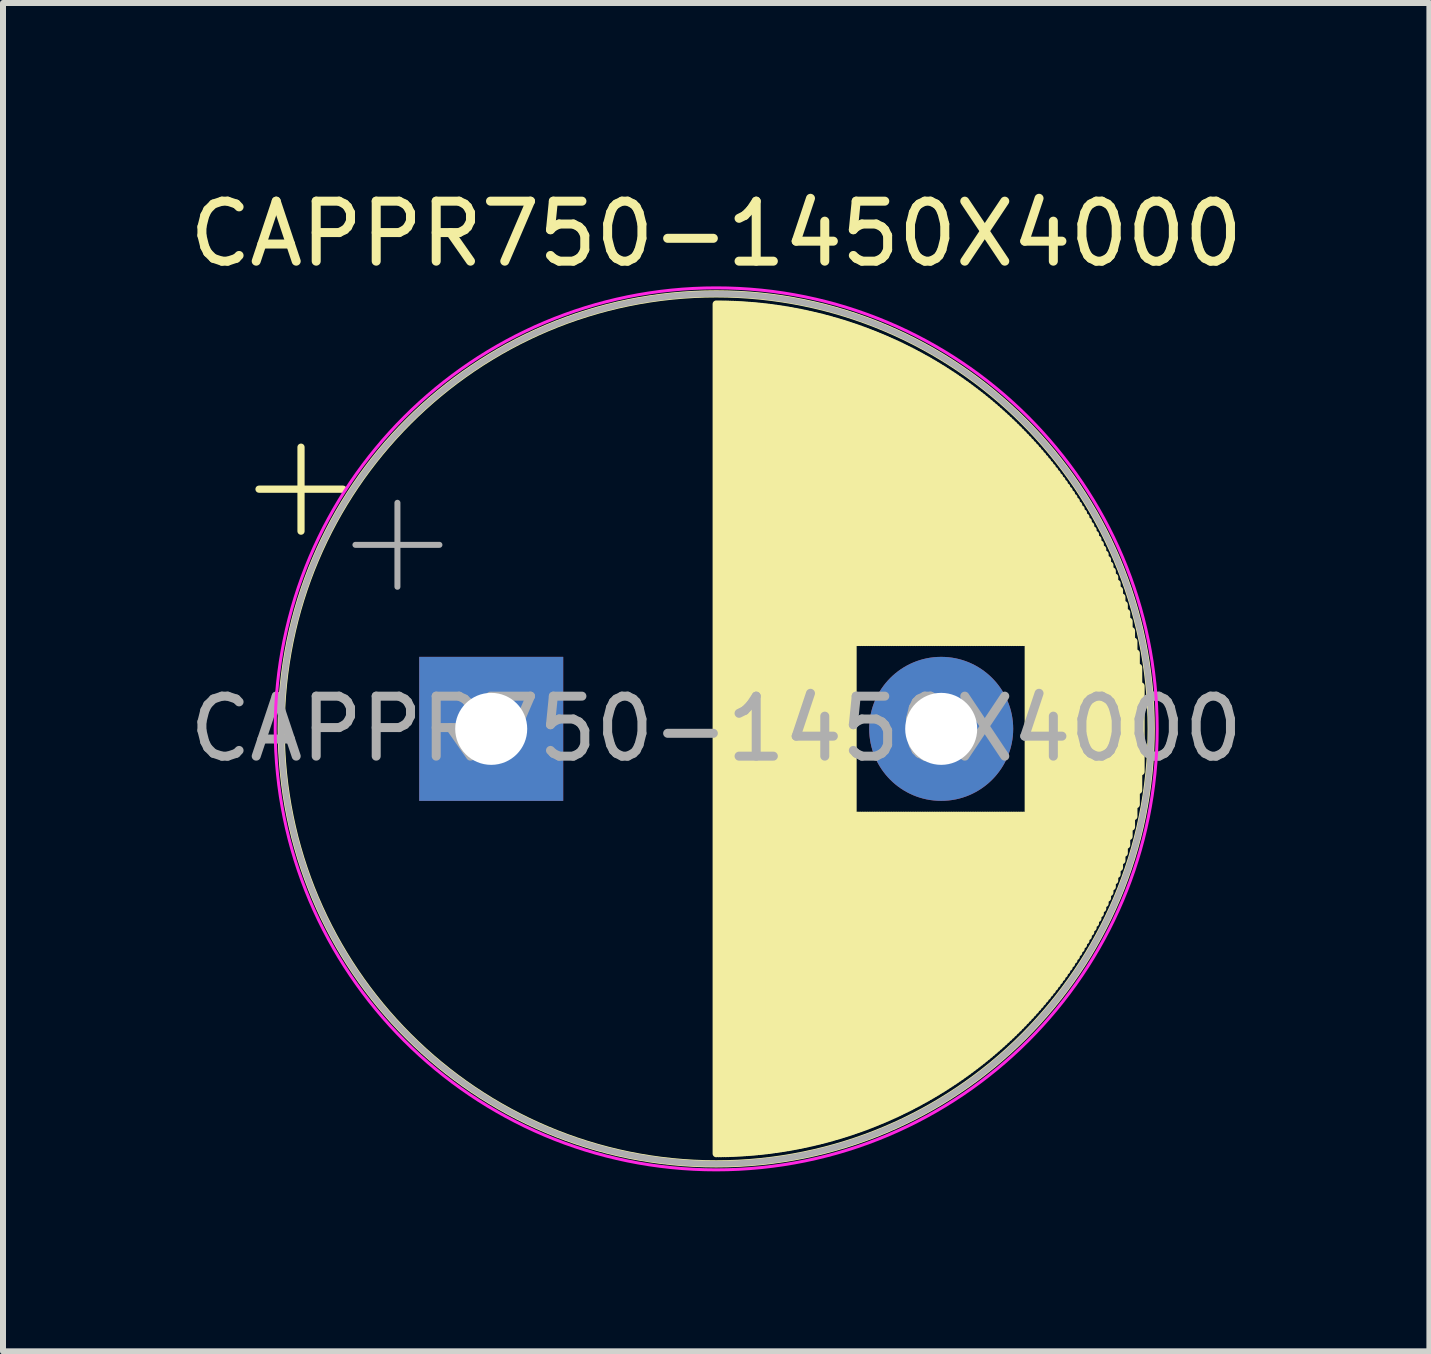
<source format=kicad_pcb>
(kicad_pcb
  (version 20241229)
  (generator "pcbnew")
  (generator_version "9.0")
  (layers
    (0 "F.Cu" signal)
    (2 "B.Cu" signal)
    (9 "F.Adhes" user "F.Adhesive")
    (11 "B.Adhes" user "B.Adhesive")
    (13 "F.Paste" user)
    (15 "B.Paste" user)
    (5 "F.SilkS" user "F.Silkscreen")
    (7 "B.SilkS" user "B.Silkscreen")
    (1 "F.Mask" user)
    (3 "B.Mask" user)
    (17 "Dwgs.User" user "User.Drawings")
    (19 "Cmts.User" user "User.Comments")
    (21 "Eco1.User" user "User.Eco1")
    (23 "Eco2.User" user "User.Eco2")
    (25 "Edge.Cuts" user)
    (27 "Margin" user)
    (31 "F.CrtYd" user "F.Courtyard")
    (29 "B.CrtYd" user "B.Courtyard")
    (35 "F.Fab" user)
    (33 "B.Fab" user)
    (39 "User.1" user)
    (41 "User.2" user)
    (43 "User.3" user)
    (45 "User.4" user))
  (footprint "CAPPR750-1450X4000"
    (layer "F.Cu")
    (at 5.137 9.098)
    (property "Reference" "CAPPR750-1450X4000" (at 3.75 -8.25 0) (layer "F.SilkS") (effects (font (size 1 1) (thickness 0.15))))
    (attr through_hole)
    (fp_line (start -3.87 -3.995) (end -2.47 -3.995) (stroke (width 0.12) (type solid)) (layer "F.SilkS"))
    (fp_line (start -3.17 -4.695) (end -3.17 -3.295) (stroke (width 0.12) (type solid)) (layer "F.SilkS"))
    (fp_line (start 3.75 -7.08) (end 3.75 7.08) (stroke (width 0.12) (type solid)) (layer "F.SilkS"))
    (fp_line (start 3.79 -7.08) (end 3.79 7.08) (stroke (width 0.12) (type solid)) (layer "F.SilkS"))
    (fp_line (start 3.83 -7.08) (end 3.83 7.08) (stroke (width 0.12) (type solid)) (layer "F.SilkS"))
    (fp_line (start 3.87 -7.079) (end 3.87 7.079) (stroke (width 0.12) (type solid)) (layer "F.SilkS"))
    (fp_line (start 3.91 -7.079) (end 3.91 7.079) (stroke (width 0.12) (type solid)) (layer "F.SilkS"))
    (fp_line (start 3.95 -7.078) (end 3.95 7.078) (stroke (width 0.12) (type solid)) (layer "F.SilkS"))
    (fp_line (start 3.99 -7.076) (end 3.99 7.076) (stroke (width 0.12) (type solid)) (layer "F.SilkS"))
    (fp_line (start 4.03 -7.075) (end 4.03 7.075) (stroke (width 0.12) (type solid)) (layer "F.SilkS"))
    (fp_line (start 4.07 -7.073) (end 4.07 7.073) (stroke (width 0.12) (type solid)) (layer "F.SilkS"))
    (fp_line (start 4.11 -7.071) (end 4.11 7.071) (stroke (width 0.12) (type solid)) (layer "F.SilkS"))
    (fp_line (start 4.15 -7.069) (end 4.15 7.069) (stroke (width 0.12) (type solid)) (layer "F.SilkS"))
    (fp_line (start 4.19 -7.067) (end 4.19 7.067) (stroke (width 0.12) (type solid)) (layer "F.SilkS"))
    (fp_line (start 4.23 -7.064) (end 4.23 7.064) (stroke (width 0.12) (type solid)) (layer "F.SilkS"))
    (fp_line (start 4.27 -7.061) (end 4.27 7.061) (stroke (width 0.12) (type solid)) (layer "F.SilkS"))
    (fp_line (start 4.31 -7.058) (end 4.31 7.058) (stroke (width 0.12) (type solid)) (layer "F.SilkS"))
    (fp_line (start 4.35 -7.055) (end 4.35 7.055) (stroke (width 0.12) (type solid)) (layer "F.SilkS"))
    (fp_line (start 4.39 -7.052) (end 4.39 7.052) (stroke (width 0.12) (type solid)) (layer "F.SilkS"))
    (fp_line (start 4.43 -7.048) (end 4.43 7.048) (stroke (width 0.12) (type solid)) (layer "F.SilkS"))
    (fp_line (start 4.471 -7.044) (end 4.471 7.044) (stroke (width 0.12) (type solid)) (layer "F.SilkS"))
    (fp_line (start 4.511 -7.04) (end 4.511 7.04) (stroke (width 0.12) (type solid)) (layer "F.SilkS"))
    (fp_line (start 4.551 -7.035) (end 4.551 7.035) (stroke (width 0.12) (type solid)) (layer "F.SilkS"))
    (fp_line (start 4.591 -7.031) (end 4.591 7.031) (stroke (width 0.12) (type solid)) (layer "F.SilkS"))
    (fp_line (start 4.631 -7.026) (end 4.631 7.026) (stroke (width 0.12) (type solid)) (layer "F.SilkS"))
    (fp_line (start 4.671 -7.021) (end 4.671 7.021) (stroke (width 0.12) (type solid)) (layer "F.SilkS"))
    (fp_line (start 4.711 -7.015) (end 4.711 7.015) (stroke (width 0.12) (type solid)) (layer "F.SilkS"))
    (fp_line (start 4.751 -7.01) (end 4.751 7.01) (stroke (width 0.12) (type solid)) (layer "F.SilkS"))
    (fp_line (start 4.791 -7.004) (end 4.791 7.004) (stroke (width 0.12) (type solid)) (layer "F.SilkS"))
    (fp_line (start 4.831 -6.998) (end 4.831 6.998) (stroke (width 0.12) (type solid)) (layer "F.SilkS"))
    (fp_line (start 4.871 -6.992) (end 4.871 6.992) (stroke (width 0.12) (type solid)) (layer "F.SilkS"))
    (fp_line (start 4.911 -6.985) (end 4.911 6.985) (stroke (width 0.12) (type solid)) (layer "F.SilkS"))
    (fp_line (start 4.951 -6.979) (end 4.951 6.979) (stroke (width 0.12) (type solid)) (layer "F.SilkS"))
    (fp_line (start 4.991 -6.972) (end 4.991 6.972) (stroke (width 0.12) (type solid)) (layer "F.SilkS"))
    (fp_line (start 5.031 -6.964) (end 5.031 6.964) (stroke (width 0.12) (type solid)) (layer "F.SilkS"))
    (fp_line (start 5.071 -6.957) (end 5.071 6.957) (stroke (width 0.12) (type solid)) (layer "F.SilkS"))
    (fp_line (start 5.111 -6.949) (end 5.111 6.949) (stroke (width 0.12) (type solid)) (layer "F.SilkS"))
    (fp_line (start 5.151 -6.942) (end 5.151 6.942) (stroke (width 0.12) (type solid)) (layer "F.SilkS"))
    (fp_line (start 5.191 -6.933) (end 5.191 6.933) (stroke (width 0.12) (type solid)) (layer "F.SilkS"))
    (fp_line (start 5.231 -6.925) (end 5.231 6.925) (stroke (width 0.12) (type solid)) (layer "F.SilkS"))
    (fp_line (start 5.271 -6.916) (end 5.271 6.916) (stroke (width 0.12) (type solid)) (layer "F.SilkS"))
    (fp_line (start 5.311 -6.907) (end 5.311 6.907) (stroke (width 0.12) (type solid)) (layer "F.SilkS"))
    (fp_line (start 5.351 -6.898) (end 5.351 6.898) (stroke (width 0.12) (type solid)) (layer "F.SilkS"))
    (fp_line (start 5.391 -6.889) (end 5.391 6.889) (stroke (width 0.12) (type solid)) (layer "F.SilkS"))
    (fp_line (start 5.431 -6.879) (end 5.431 6.879) (stroke (width 0.12) (type solid)) (layer "F.SilkS"))
    (fp_line (start 5.471 -6.87) (end 5.471 6.87) (stroke (width 0.12) (type solid)) (layer "F.SilkS"))
    (fp_line (start 5.511 -6.86) (end 5.511 6.86) (stroke (width 0.12) (type solid)) (layer "F.SilkS"))
    (fp_line (start 5.551 -6.849) (end 5.551 6.849) (stroke (width 0.12) (type solid)) (layer "F.SilkS"))
    (fp_line (start 5.591 -6.839) (end 5.591 6.839) (stroke (width 0.12) (type solid)) (layer "F.SilkS"))
    (fp_line (start 5.631 -6.828) (end 5.631 6.828) (stroke (width 0.12) (type solid)) (layer "F.SilkS"))
    (fp_line (start 5.671 -6.817) (end 5.671 6.817) (stroke (width 0.12) (type solid)) (layer "F.SilkS"))
    (fp_line (start 5.711 -6.805) (end 5.711 6.805) (stroke (width 0.12) (type solid)) (layer "F.SilkS"))
    (fp_line (start 5.751 -6.794) (end 5.751 6.794) (stroke (width 0.12) (type solid)) (layer "F.SilkS"))
    (fp_line (start 5.791 -6.782) (end 5.791 6.782) (stroke (width 0.12) (type solid)) (layer "F.SilkS"))
    (fp_line (start 5.831 -6.77) (end 5.831 6.77) (stroke (width 0.12) (type solid)) (layer "F.SilkS"))
    (fp_line (start 5.871 -6.758) (end 5.871 6.758) (stroke (width 0.12) (type solid)) (layer "F.SilkS"))
    (fp_line (start 5.911 -6.745) (end 5.911 6.745) (stroke (width 0.12) (type solid)) (layer "F.SilkS"))
    (fp_line (start 5.951 -6.732) (end 5.951 6.732) (stroke (width 0.12) (type solid)) (layer "F.SilkS"))
    (fp_line (start 5.991 -6.719) (end 5.991 6.719) (stroke (width 0.12) (type solid)) (layer "F.SilkS"))
    (fp_line (start 6.031 -6.706) (end 6.031 6.706) (stroke (width 0.12) (type solid)) (layer "F.SilkS"))
    (fp_line (start 6.071 -6.692) (end 6.071 -1.44) (stroke (width 0.12) (type solid)) (layer "F.SilkS"))
    (fp_line (start 6.071 1.44) (end 6.071 6.692) (stroke (width 0.12) (type solid)) (layer "F.SilkS"))
    (fp_line (start 6.111 -6.678) (end 6.111 -1.44) (stroke (width 0.12) (type solid)) (layer "F.SilkS"))
    (fp_line (start 6.111 1.44) (end 6.111 6.678) (stroke (width 0.12) (type solid)) (layer "F.SilkS"))
    (fp_line (start 6.151 -6.664) (end 6.151 -1.44) (stroke (width 0.12) (type solid)) (layer "F.SilkS"))
    (fp_line (start 6.151 1.44) (end 6.151 6.664) (stroke (width 0.12) (type solid)) (layer "F.SilkS"))
    (fp_line (start 6.191 -6.649) (end 6.191 -1.44) (stroke (width 0.12) (type solid)) (layer "F.SilkS"))
    (fp_line (start 6.191 1.44) (end 6.191 6.649) (stroke (width 0.12) (type solid)) (layer "F.SilkS"))
    (fp_line (start 6.231 -6.635) (end 6.231 -1.44) (stroke (width 0.12) (type solid)) (layer "F.SilkS"))
    (fp_line (start 6.231 1.44) (end 6.231 6.635) (stroke (width 0.12) (type solid)) (layer "F.SilkS"))
    (fp_line (start 6.271 -6.62) (end 6.271 -1.44) (stroke (width 0.12) (type solid)) (layer "F.SilkS"))
    (fp_line (start 6.271 1.44) (end 6.271 6.62) (stroke (width 0.12) (type solid)) (layer "F.SilkS"))
    (fp_line (start 6.311 -6.604) (end 6.311 -1.44) (stroke (width 0.12) (type solid)) (layer "F.SilkS"))
    (fp_line (start 6.311 1.44) (end 6.311 6.604) (stroke (width 0.12) (type solid)) (layer "F.SilkS"))
    (fp_line (start 6.351 -6.589) (end 6.351 -1.44) (stroke (width 0.12) (type solid)) (layer "F.SilkS"))
    (fp_line (start 6.351 1.44) (end 6.351 6.589) (stroke (width 0.12) (type solid)) (layer "F.SilkS"))
    (fp_line (start 6.391 -6.573) (end 6.391 -1.44) (stroke (width 0.12) (type solid)) (layer "F.SilkS"))
    (fp_line (start 6.391 1.44) (end 6.391 6.573) (stroke (width 0.12) (type solid)) (layer "F.SilkS"))
    (fp_line (start 6.431 -6.557) (end 6.431 -1.44) (stroke (width 0.12) (type solid)) (layer "F.SilkS"))
    (fp_line (start 6.431 1.44) (end 6.431 6.557) (stroke (width 0.12) (type solid)) (layer "F.SilkS"))
    (fp_line (start 6.471 -6.54) (end 6.471 -1.44) (stroke (width 0.12) (type solid)) (layer "F.SilkS"))
    (fp_line (start 6.471 1.44) (end 6.471 6.54) (stroke (width 0.12) (type solid)) (layer "F.SilkS"))
    (fp_line (start 6.511 -6.524) (end 6.511 -1.44) (stroke (width 0.12) (type solid)) (layer "F.SilkS"))
    (fp_line (start 6.511 1.44) (end 6.511 6.524) (stroke (width 0.12) (type solid)) (layer "F.SilkS"))
    (fp_line (start 6.551 -6.507) (end 6.551 -1.44) (stroke (width 0.12) (type solid)) (layer "F.SilkS"))
    (fp_line (start 6.551 1.44) (end 6.551 6.507) (stroke (width 0.12) (type solid)) (layer "F.SilkS"))
    (fp_line (start 6.591 -6.49) (end 6.591 -1.44) (stroke (width 0.12) (type solid)) (layer "F.SilkS"))
    (fp_line (start 6.591 1.44) (end 6.591 6.49) (stroke (width 0.12) (type solid)) (layer "F.SilkS"))
    (fp_line (start 6.631 -6.472) (end 6.631 -1.44) (stroke (width 0.12) (type solid)) (layer "F.SilkS"))
    (fp_line (start 6.631 1.44) (end 6.631 6.472) (stroke (width 0.12) (type solid)) (layer "F.SilkS"))
    (fp_line (start 6.671 -6.454) (end 6.671 -1.44) (stroke (width 0.12) (type solid)) (layer "F.SilkS"))
    (fp_line (start 6.671 1.44) (end 6.671 6.454) (stroke (width 0.12) (type solid)) (layer "F.SilkS"))
    (fp_line (start 6.711 -6.436) (end 6.711 -1.44) (stroke (width 0.12) (type solid)) (layer "F.SilkS"))
    (fp_line (start 6.711 1.44) (end 6.711 6.436) (stroke (width 0.12) (type solid)) (layer "F.SilkS"))
    (fp_line (start 6.751 -6.418) (end 6.751 -1.44) (stroke (width 0.12) (type solid)) (layer "F.SilkS"))
    (fp_line (start 6.751 1.44) (end 6.751 6.418) (stroke (width 0.12) (type solid)) (layer "F.SilkS"))
    (fp_line (start 6.791 -6.399) (end 6.791 -1.44) (stroke (width 0.12) (type solid)) (layer "F.SilkS"))
    (fp_line (start 6.791 1.44) (end 6.791 6.399) (stroke (width 0.12) (type solid)) (layer "F.SilkS"))
    (fp_line (start 6.831 -6.38) (end 6.831 -1.44) (stroke (width 0.12) (type solid)) (layer "F.SilkS"))
    (fp_line (start 6.831 1.44) (end 6.831 6.38) (stroke (width 0.12) (type solid)) (layer "F.SilkS"))
    (fp_line (start 6.871 -6.36) (end 6.871 -1.44) (stroke (width 0.12) (type solid)) (layer "F.SilkS"))
    (fp_line (start 6.871 1.44) (end 6.871 6.36) (stroke (width 0.12) (type solid)) (layer "F.SilkS"))
    (fp_line (start 6.911 -6.341) (end 6.911 -1.44) (stroke (width 0.12) (type solid)) (layer "F.SilkS"))
    (fp_line (start 6.911 1.44) (end 6.911 6.341) (stroke (width 0.12) (type solid)) (layer "F.SilkS"))
    (fp_line (start 6.951 -6.321) (end 6.951 -1.44) (stroke (width 0.12) (type solid)) (layer "F.SilkS"))
    (fp_line (start 6.951 1.44) (end 6.951 6.321) (stroke (width 0.12) (type solid)) (layer "F.SilkS"))
    (fp_line (start 6.991 -6.301) (end 6.991 -1.44) (stroke (width 0.12) (type solid)) (layer "F.SilkS"))
    (fp_line (start 6.991 1.44) (end 6.991 6.301) (stroke (width 0.12) (type solid)) (layer "F.SilkS"))
    (fp_line (start 7.031 -6.28) (end 7.031 -1.44) (stroke (width 0.12) (type solid)) (layer "F.SilkS"))
    (fp_line (start 7.031 1.44) (end 7.031 6.28) (stroke (width 0.12) (type solid)) (layer "F.SilkS"))
    (fp_line (start 7.071 -6.259) (end 7.071 -1.44) (stroke (width 0.12) (type solid)) (layer "F.SilkS"))
    (fp_line (start 7.071 1.44) (end 7.071 6.259) (stroke (width 0.12) (type solid)) (layer "F.SilkS"))
    (fp_line (start 7.111 -6.238) (end 7.111 -1.44) (stroke (width 0.12) (type solid)) (layer "F.SilkS"))
    (fp_line (start 7.111 1.44) (end 7.111 6.238) (stroke (width 0.12) (type solid)) (layer "F.SilkS"))
    (fp_line (start 7.151 -6.216) (end 7.151 -1.44) (stroke (width 0.12) (type solid)) (layer "F.SilkS"))
    (fp_line (start 7.151 1.44) (end 7.151 6.216) (stroke (width 0.12) (type solid)) (layer "F.SilkS"))
    (fp_line (start 7.191 -6.194) (end 7.191 -1.44) (stroke (width 0.12) (type solid)) (layer "F.SilkS"))
    (fp_line (start 7.191 1.44) (end 7.191 6.194) (stroke (width 0.12) (type solid)) (layer "F.SilkS"))
    (fp_line (start 7.231 -6.172) (end 7.231 -1.44) (stroke (width 0.12) (type solid)) (layer "F.SilkS"))
    (fp_line (start 7.231 1.44) (end 7.231 6.172) (stroke (width 0.12) (type solid)) (layer "F.SilkS"))
    (fp_line (start 7.271 -6.15) (end 7.271 -1.44) (stroke (width 0.12) (type solid)) (layer "F.SilkS"))
    (fp_line (start 7.271 1.44) (end 7.271 6.15) (stroke (width 0.12) (type solid)) (layer "F.SilkS"))
    (fp_line (start 7.311 -6.127) (end 7.311 -1.44) (stroke (width 0.12) (type solid)) (layer "F.SilkS"))
    (fp_line (start 7.311 1.44) (end 7.311 6.127) (stroke (width 0.12) (type solid)) (layer "F.SilkS"))
    (fp_line (start 7.351 -6.103) (end 7.351 -1.44) (stroke (width 0.12) (type solid)) (layer "F.SilkS"))
    (fp_line (start 7.351 1.44) (end 7.351 6.103) (stroke (width 0.12) (type solid)) (layer "F.SilkS"))
    (fp_line (start 7.391 -6.08) (end 7.391 -1.44) (stroke (width 0.12) (type solid)) (layer "F.SilkS"))
    (fp_line (start 7.391 1.44) (end 7.391 6.08) (stroke (width 0.12) (type solid)) (layer "F.SilkS"))
    (fp_line (start 7.431 -6.056) (end 7.431 -1.44) (stroke (width 0.12) (type solid)) (layer "F.SilkS"))
    (fp_line (start 7.431 1.44) (end 7.431 6.056) (stroke (width 0.12) (type solid)) (layer "F.SilkS"))
    (fp_line (start 7.471 -6.031) (end 7.471 -1.44) (stroke (width 0.12) (type solid)) (layer "F.SilkS"))
    (fp_line (start 7.471 1.44) (end 7.471 6.031) (stroke (width 0.12) (type solid)) (layer "F.SilkS"))
    (fp_line (start 7.511 -6.007) (end 7.511 -1.44) (stroke (width 0.12) (type solid)) (layer "F.SilkS"))
    (fp_line (start 7.511 1.44) (end 7.511 6.007) (stroke (width 0.12) (type solid)) (layer "F.SilkS"))
    (fp_line (start 7.551 -5.982) (end 7.551 -1.44) (stroke (width 0.12) (type solid)) (layer "F.SilkS"))
    (fp_line (start 7.551 1.44) (end 7.551 5.982) (stroke (width 0.12) (type solid)) (layer "F.SilkS"))
    (fp_line (start 7.591 -5.956) (end 7.591 -1.44) (stroke (width 0.12) (type solid)) (layer "F.SilkS"))
    (fp_line (start 7.591 1.44) (end 7.591 5.956) (stroke (width 0.12) (type solid)) (layer "F.SilkS"))
    (fp_line (start 7.631 -5.93) (end 7.631 -1.44) (stroke (width 0.12) (type solid)) (layer "F.SilkS"))
    (fp_line (start 7.631 1.44) (end 7.631 5.93) (stroke (width 0.12) (type solid)) (layer "F.SilkS"))
    (fp_line (start 7.671 -5.904) (end 7.671 -1.44) (stroke (width 0.12) (type solid)) (layer "F.SilkS"))
    (fp_line (start 7.671 1.44) (end 7.671 5.904) (stroke (width 0.12) (type solid)) (layer "F.SilkS"))
    (fp_line (start 7.711 -5.878) (end 7.711 -1.44) (stroke (width 0.12) (type solid)) (layer "F.SilkS"))
    (fp_line (start 7.711 1.44) (end 7.711 5.878) (stroke (width 0.12) (type solid)) (layer "F.SilkS"))
    (fp_line (start 7.751 -5.851) (end 7.751 -1.44) (stroke (width 0.12) (type solid)) (layer "F.SilkS"))
    (fp_line (start 7.751 1.44) (end 7.751 5.851) (stroke (width 0.12) (type solid)) (layer "F.SilkS"))
    (fp_line (start 7.791 -5.823) (end 7.791 -1.44) (stroke (width 0.12) (type solid)) (layer "F.SilkS"))
    (fp_line (start 7.791 1.44) (end 7.791 5.823) (stroke (width 0.12) (type solid)) (layer "F.SilkS"))
    (fp_line (start 7.831 -5.796) (end 7.831 -1.44) (stroke (width 0.12) (type solid)) (layer "F.SilkS"))
    (fp_line (start 7.831 1.44) (end 7.831 5.796) (stroke (width 0.12) (type solid)) (layer "F.SilkS"))
    (fp_line (start 7.871 -5.767) (end 7.871 -1.44) (stroke (width 0.12) (type solid)) (layer "F.SilkS"))
    (fp_line (start 7.871 1.44) (end 7.871 5.767) (stroke (width 0.12) (type solid)) (layer "F.SilkS"))
    (fp_line (start 7.911 -5.739) (end 7.911 -1.44) (stroke (width 0.12) (type solid)) (layer "F.SilkS"))
    (fp_line (start 7.911 1.44) (end 7.911 5.739) (stroke (width 0.12) (type solid)) (layer "F.SilkS"))
    (fp_line (start 7.951 -5.71) (end 7.951 -1.44) (stroke (width 0.12) (type solid)) (layer "F.SilkS"))
    (fp_line (start 7.951 1.44) (end 7.951 5.71) (stroke (width 0.12) (type solid)) (layer "F.SilkS"))
    (fp_line (start 7.991 -5.68) (end 7.991 -1.44) (stroke (width 0.12) (type solid)) (layer "F.SilkS"))
    (fp_line (start 7.991 1.44) (end 7.991 5.68) (stroke (width 0.12) (type solid)) (layer "F.SilkS"))
    (fp_line (start 8.031 -5.65) (end 8.031 -1.44) (stroke (width 0.12) (type solid)) (layer "F.SilkS"))
    (fp_line (start 8.031 1.44) (end 8.031 5.65) (stroke (width 0.12) (type solid)) (layer "F.SilkS"))
    (fp_line (start 8.071 -5.62) (end 8.071 -1.44) (stroke (width 0.12) (type solid)) (layer "F.SilkS"))
    (fp_line (start 8.071 1.44) (end 8.071 5.62) (stroke (width 0.12) (type solid)) (layer "F.SilkS"))
    (fp_line (start 8.111 -5.589) (end 8.111 -1.44) (stroke (width 0.12) (type solid)) (layer "F.SilkS"))
    (fp_line (start 8.111 1.44) (end 8.111 5.589) (stroke (width 0.12) (type solid)) (layer "F.SilkS"))
    (fp_line (start 8.151 -5.558) (end 8.151 -1.44) (stroke (width 0.12) (type solid)) (layer "F.SilkS"))
    (fp_line (start 8.151 1.44) (end 8.151 5.558) (stroke (width 0.12) (type solid)) (layer "F.SilkS"))
    (fp_line (start 8.191 -5.527) (end 8.191 -1.44) (stroke (width 0.12) (type solid)) (layer "F.SilkS"))
    (fp_line (start 8.191 1.44) (end 8.191 5.527) (stroke (width 0.12) (type solid)) (layer "F.SilkS"))
    (fp_line (start 8.231 -5.494) (end 8.231 -1.44) (stroke (width 0.12) (type solid)) (layer "F.SilkS"))
    (fp_line (start 8.231 1.44) (end 8.231 5.494) (stroke (width 0.12) (type solid)) (layer "F.SilkS"))
    (fp_line (start 8.271 -5.462) (end 8.271 -1.44) (stroke (width 0.12) (type solid)) (layer "F.SilkS"))
    (fp_line (start 8.271 1.44) (end 8.271 5.462) (stroke (width 0.12) (type solid)) (layer "F.SilkS"))
    (fp_line (start 8.311 -5.429) (end 8.311 -1.44) (stroke (width 0.12) (type solid)) (layer "F.SilkS"))
    (fp_line (start 8.311 1.44) (end 8.311 5.429) (stroke (width 0.12) (type solid)) (layer "F.SilkS"))
    (fp_line (start 8.351 -5.395) (end 8.351 -1.44) (stroke (width 0.12) (type solid)) (layer "F.SilkS"))
    (fp_line (start 8.351 1.44) (end 8.351 5.395) (stroke (width 0.12) (type solid)) (layer "F.SilkS"))
    (fp_line (start 8.391 -5.361) (end 8.391 -1.44) (stroke (width 0.12) (type solid)) (layer "F.SilkS"))
    (fp_line (start 8.391 1.44) (end 8.391 5.361) (stroke (width 0.12) (type solid)) (layer "F.SilkS"))
    (fp_line (start 8.431 -5.326) (end 8.431 -1.44) (stroke (width 0.12) (type solid)) (layer "F.SilkS"))
    (fp_line (start 8.431 1.44) (end 8.431 5.326) (stroke (width 0.12) (type solid)) (layer "F.SilkS"))
    (fp_line (start 8.471 -5.291) (end 8.471 -1.44) (stroke (width 0.12) (type solid)) (layer "F.SilkS"))
    (fp_line (start 8.471 1.44) (end 8.471 5.291) (stroke (width 0.12) (type solid)) (layer "F.SilkS"))
    (fp_line (start 8.511 -5.255) (end 8.511 -1.44) (stroke (width 0.12) (type solid)) (layer "F.SilkS"))
    (fp_line (start 8.511 1.44) (end 8.511 5.255) (stroke (width 0.12) (type solid)) (layer "F.SilkS"))
    (fp_line (start 8.551 -5.219) (end 8.551 -1.44) (stroke (width 0.12) (type solid)) (layer "F.SilkS"))
    (fp_line (start 8.551 1.44) (end 8.551 5.219) (stroke (width 0.12) (type solid)) (layer "F.SilkS"))
    (fp_line (start 8.591 -5.182) (end 8.591 -1.44) (stroke (width 0.12) (type solid)) (layer "F.SilkS"))
    (fp_line (start 8.591 1.44) (end 8.591 5.182) (stroke (width 0.12) (type solid)) (layer "F.SilkS"))
    (fp_line (start 8.631 -5.145) (end 8.631 -1.44) (stroke (width 0.12) (type solid)) (layer "F.SilkS"))
    (fp_line (start 8.631 1.44) (end 8.631 5.145) (stroke (width 0.12) (type solid)) (layer "F.SilkS"))
    (fp_line (start 8.671 -5.107) (end 8.671 -1.44) (stroke (width 0.12) (type solid)) (layer "F.SilkS"))
    (fp_line (start 8.671 1.44) (end 8.671 5.107) (stroke (width 0.12) (type solid)) (layer "F.SilkS"))
    (fp_line (start 8.711 -5.069) (end 8.711 -1.44) (stroke (width 0.12) (type solid)) (layer "F.SilkS"))
    (fp_line (start 8.711 1.44) (end 8.711 5.069) (stroke (width 0.12) (type solid)) (layer "F.SilkS"))
    (fp_line (start 8.751 -5.029) (end 8.751 -1.44) (stroke (width 0.12) (type solid)) (layer "F.SilkS"))
    (fp_line (start 8.751 1.44) (end 8.751 5.029) (stroke (width 0.12) (type solid)) (layer "F.SilkS"))
    (fp_line (start 8.791 -4.99) (end 8.791 -1.44) (stroke (width 0.12) (type solid)) (layer "F.SilkS"))
    (fp_line (start 8.791 1.44) (end 8.791 4.99) (stroke (width 0.12) (type solid)) (layer "F.SilkS"))
    (fp_line (start 8.831 -4.949) (end 8.831 -1.44) (stroke (width 0.12) (type solid)) (layer "F.SilkS"))
    (fp_line (start 8.831 1.44) (end 8.831 4.949) (stroke (width 0.12) (type solid)) (layer "F.SilkS"))
    (fp_line (start 8.871 -4.908) (end 8.871 -1.44) (stroke (width 0.12) (type solid)) (layer "F.SilkS"))
    (fp_line (start 8.871 1.44) (end 8.871 4.908) (stroke (width 0.12) (type solid)) (layer "F.SilkS"))
    (fp_line (start 8.911 -4.866) (end 8.911 -1.44) (stroke (width 0.12) (type solid)) (layer "F.SilkS"))
    (fp_line (start 8.911 1.44) (end 8.911 4.866) (stroke (width 0.12) (type solid)) (layer "F.SilkS"))
    (fp_line (start 8.951 -4.824) (end 8.951 4.824) (stroke (width 0.12) (type solid)) (layer "F.SilkS"))
    (fp_line (start 8.991 -4.781) (end 8.991 4.781) (stroke (width 0.12) (type solid)) (layer "F.SilkS"))
    (fp_line (start 9.031 -4.737) (end 9.031 4.737) (stroke (width 0.12) (type solid)) (layer "F.SilkS"))
    (fp_line (start 9.071 -4.693) (end 9.071 4.693) (stroke (width 0.12) (type solid)) (layer "F.SilkS"))
    (fp_line (start 9.111 -4.647) (end 9.111 4.647) (stroke (width 0.12) (type solid)) (layer "F.SilkS"))
    (fp_line (start 9.151 -4.601) (end 9.151 4.601) (stroke (width 0.12) (type solid)) (layer "F.SilkS"))
    (fp_line (start 9.191 -4.554) (end 9.191 4.554) (stroke (width 0.12) (type solid)) (layer "F.SilkS"))
    (fp_line (start 9.231 -4.506) (end 9.231 4.506) (stroke (width 0.12) (type solid)) (layer "F.SilkS"))
    (fp_line (start 9.271 -4.458) (end 9.271 4.458) (stroke (width 0.12) (type solid)) (layer "F.SilkS"))
    (fp_line (start 9.311 -4.408) (end 9.311 4.408) (stroke (width 0.12) (type solid)) (layer "F.SilkS"))
    (fp_line (start 9.351 -4.358) (end 9.351 4.358) (stroke (width 0.12) (type solid)) (layer "F.SilkS"))
    (fp_line (start 9.391 -4.306) (end 9.391 4.306) (stroke (width 0.12) (type solid)) (layer "F.SilkS"))
    (fp_line (start 9.431 -4.254) (end 9.431 4.254) (stroke (width 0.12) (type solid)) (layer "F.SilkS"))
    (fp_line (start 9.471 -4.2) (end 9.471 4.2) (stroke (width 0.12) (type solid)) (layer "F.SilkS"))
    (fp_line (start 9.511 -4.146) (end 9.511 4.146) (stroke (width 0.12) (type solid)) (layer "F.SilkS"))
    (fp_line (start 9.551 -4.09) (end 9.551 4.09) (stroke (width 0.12) (type solid)) (layer "F.SilkS"))
    (fp_line (start 9.591 -4.033) (end 9.591 4.033) (stroke (width 0.12) (type solid)) (layer "F.SilkS"))
    (fp_line (start 9.631 -3.975) (end 9.631 3.975) (stroke (width 0.12) (type solid)) (layer "F.SilkS"))
    (fp_line (start 9.671 -3.916) (end 9.671 3.916) (stroke (width 0.12) (type solid)) (layer "F.SilkS"))
    (fp_line (start 9.711 -3.856) (end 9.711 3.856) (stroke (width 0.12) (type solid)) (layer "F.SilkS"))
    (fp_line (start 9.751 -3.794) (end 9.751 3.794) (stroke (width 0.12) (type solid)) (layer "F.SilkS"))
    (fp_line (start 9.791 -3.73) (end 9.791 3.73) (stroke (width 0.12) (type solid)) (layer "F.SilkS"))
    (fp_line (start 9.831 -3.666) (end 9.831 3.666) (stroke (width 0.12) (type solid)) (layer "F.SilkS"))
    (fp_line (start 9.871 -3.599) (end 9.871 3.599) (stroke (width 0.12) (type solid)) (layer "F.SilkS"))
    (fp_line (start 9.911 -3.531) (end 9.911 3.531) (stroke (width 0.12) (type solid)) (layer "F.SilkS"))
    (fp_line (start 9.951 -3.461) (end 9.951 3.461) (stroke (width 0.12) (type solid)) (layer "F.SilkS"))
    (fp_line (start 9.991 -3.389) (end 9.991 3.389) (stroke (width 0.12) (type solid)) (layer "F.SilkS"))
    (fp_line (start 10.031 -3.315) (end 10.031 3.315) (stroke (width 0.12) (type solid)) (layer "F.SilkS"))
    (fp_line (start 10.071 -3.24) (end 10.071 3.24) (stroke (width 0.12) (type solid)) (layer "F.SilkS"))
    (fp_line (start 10.111 -3.161) (end 10.111 3.161) (stroke (width 0.12) (type solid)) (layer "F.SilkS"))
    (fp_line (start 10.151 -3.08) (end 10.151 3.08) (stroke (width 0.12) (type solid)) (layer "F.SilkS"))
    (fp_line (start 10.191 -2.997) (end 10.191 2.997) (stroke (width 0.12) (type solid)) (layer "F.SilkS"))
    (fp_line (start 10.231 -2.911) (end 10.231 2.911) (stroke (width 0.12) (type solid)) (layer "F.SilkS"))
    (fp_line (start 10.271 -2.821) (end 10.271 2.821) (stroke (width 0.12) (type solid)) (layer "F.SilkS"))
    (fp_line (start 10.311 -2.728) (end 10.311 2.728) (stroke (width 0.12) (type solid)) (layer "F.SilkS"))
    (fp_line (start 10.351 -2.632) (end 10.351 2.632) (stroke (width 0.12) (type solid)) (layer "F.SilkS"))
    (fp_line (start 10.391 -2.53) (end 10.391 2.53) (stroke (width 0.12) (type solid)) (layer "F.SilkS"))
    (fp_line (start 10.431 -2.425) (end 10.431 2.425) (stroke (width 0.12) (type solid)) (layer "F.SilkS"))
    (fp_line (start 10.471 -2.313) (end 10.471 2.313) (stroke (width 0.12) (type solid)) (layer "F.SilkS"))
    (fp_line (start 10.511 -2.196) (end 10.511 2.196) (stroke (width 0.12) (type solid)) (layer "F.SilkS"))
    (fp_line (start 10.551 -2.071) (end 10.551 2.071) (stroke (width 0.12) (type solid)) (layer "F.SilkS"))
    (fp_line (start 10.591 -1.938) (end 10.591 1.938) (stroke (width 0.12) (type solid)) (layer "F.SilkS"))
    (fp_line (start 10.631 -1.794) (end 10.631 1.794) (stroke (width 0.12) (type solid)) (layer "F.SilkS"))
    (fp_line (start 10.671 -1.636) (end 10.671 1.636) (stroke (width 0.12) (type solid)) (layer "F.SilkS"))
    (fp_line (start 10.711 -1.461) (end 10.711 1.461) (stroke (width 0.12) (type solid)) (layer "F.SilkS"))
    (fp_line (start 10.751 -1.262) (end 10.751 1.262) (stroke (width 0.12) (type solid)) (layer "F.SilkS"))
    (fp_line (start 10.791 -1.025) (end 10.791 1.025) (stroke (width 0.12) (type solid)) (layer "F.SilkS"))
    (fp_line (start 10.831 -0.714) (end 10.831 0.714) (stroke (width 0.12) (type solid)) (layer "F.SilkS"))
    (fp_circle (center 3.75 0) (end 11 0) (stroke (width 0.12) (type solid)) (fill no) (layer "F.SilkS"))
    (fp_circle (center 3.75 0) (end 11.1 0) (stroke (width 0.05) (type solid)) (fill no) (layer "F.CrtYd"))
    (fp_line (start -2.263 -3.067) (end -0.863 -3.067) (stroke (width 0.1) (type solid)) (layer "F.Fab"))
    (fp_line (start -1.563 -3.768) (end -1.563 -2.368) (stroke (width 0.1) (type solid)) (layer "F.Fab"))
    (fp_circle (center 3.75 0) (end 11 0) (stroke (width 0.1) (type solid)) (fill no) (layer "F.Fab"))
    (fp_text user "${REFERENCE}" (at 3.75 0 0) (layer "F.Fab") (effects (font (size 1 1) (thickness 0.15))))
    (pad "1" thru_hole rect (at 0 0) (size 2.4 2.4) (drill 1.2) (layers "*.Cu" "*.Mask"))
    (pad "2" thru_hole circle (at 7.5 0) (size 2.4 2.4) (drill 1.2) (layers "*.Cu" "*.Mask")))
  (gr_rect
    (start -3 -3)
    (end 20.774 19.473)
    (stroke (width 0.1) (type default))
    (fill no)
    (layer "Edge.Cuts")))
</source>
